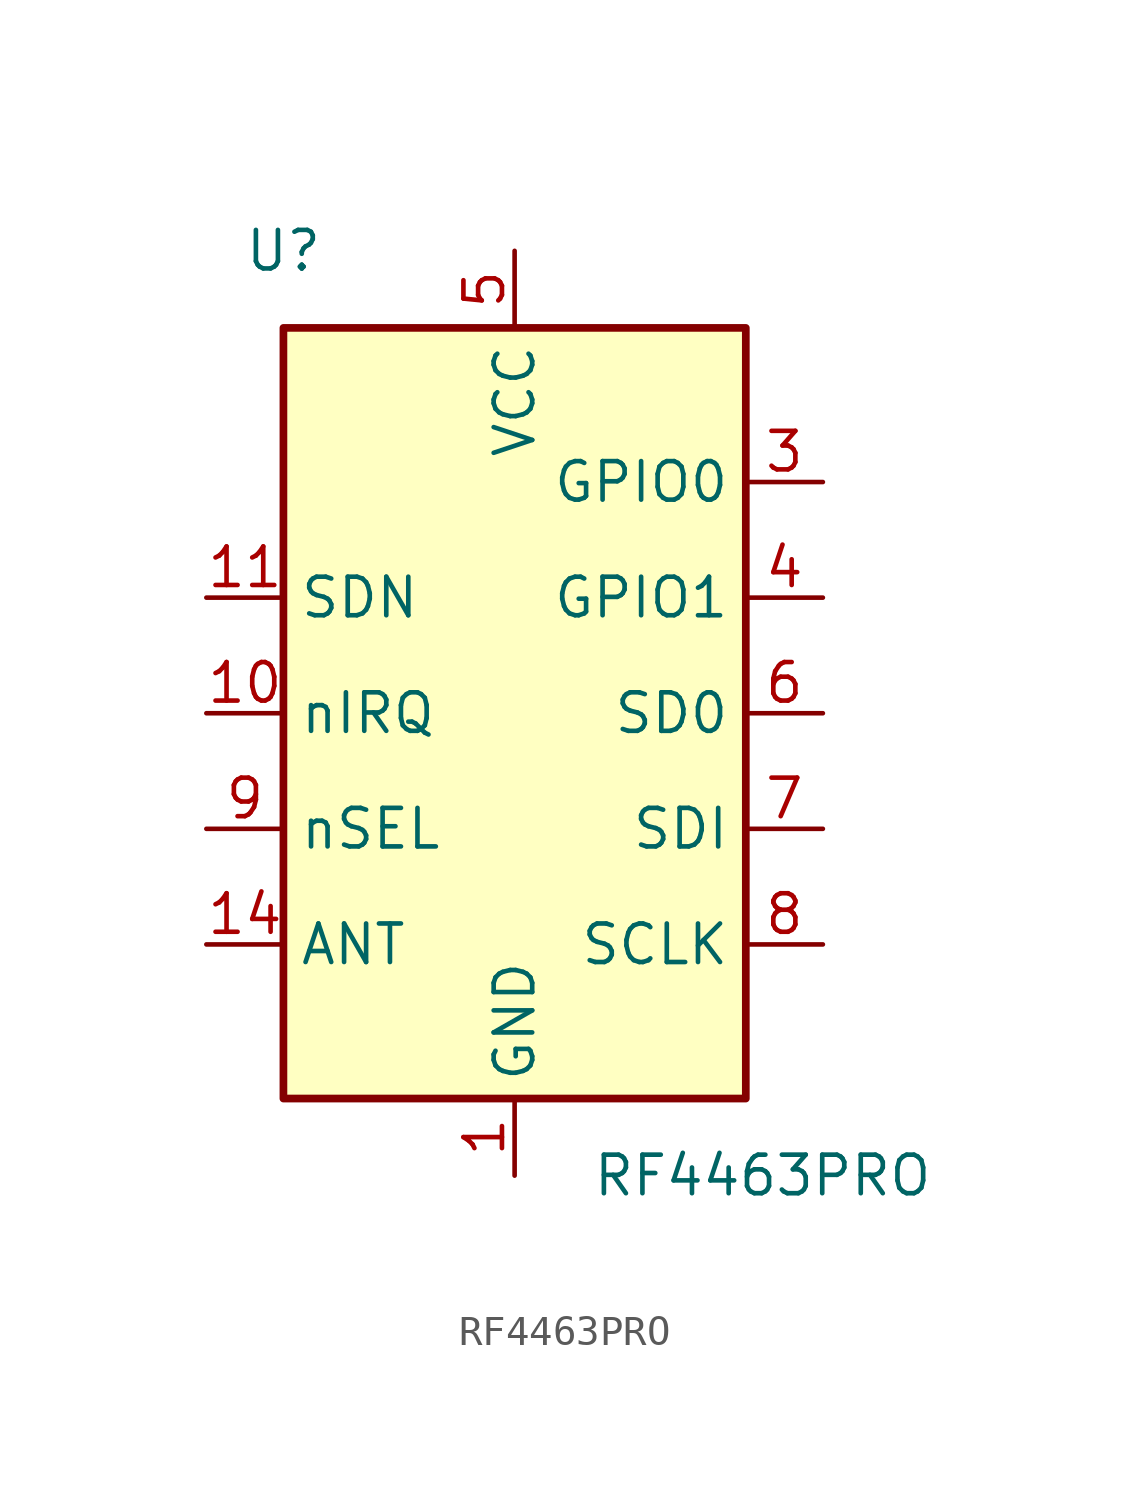
<source format=kicad_sym>
(kicad_symbol_lib
  (version 20241209)
  (generator "kicad_symbol_editor")
  (generator_version "9.0")
  (symbol "RF4463PRO"
    (property "Reference" "U"
      (at -7.62 15.24 0)
      (effects (font (size 1.27 1.27))))
    (property "Value" "RF4463PRO"
      (at 2.54 -15.24 0)
      (effects (font (size 1.27 1.27)) (justify left)))
    (symbol "RF4463PRO_0_0"
      (rectangle (start -7.62 12.7) (end 7.62 -12.7) (stroke (width 0.254) (type default)) (fill (type background))))
    (symbol "RF4463PRO_1_1"
      (pin no_connect line (at -10.16 7.62 0) (length 2.54) (hide yes) (name "NC" (effects (font (size 1.27 1.27)))) (number "2" (effects (font (size 1.27 1.27)))))
      (pin input line (at -10.16 3.81 0) (length 2.54) (name "SDN" (effects (font (size 1.27 1.27)))) (number "11" (effects (font (size 1.27 1.27)))))
      (pin input line (at -10.16 0 0) (length 2.54) (name "nIRQ" (effects (font (size 1.27 1.27)))) (number "10" (effects (font (size 1.27 1.27)))))
      (pin input line (at -10.16 -3.81 0) (length 2.54) (name "nSEL" (effects (font (size 1.27 1.27)))) (number "9" (effects (font (size 1.27 1.27)))))
      (pin input line (at -10.16 -7.62 0) (length 2.54) (name "ANT" (effects (font (size 1.27 1.27)))) (number "14" (effects (font (size 1.27 1.27)))))
      (pin power_in line (at 0 15.24 270) (length 2.54) (name "VCC" (effects (font (size 1.27 1.27)))) (number "5" (effects (font (size 1.27 1.27)))))
      (pin power_in line (at 0 -15.24 90) (length 2.54) (name "GND" (effects (font (size 1.27 1.27)))) (number "1" (effects (font (size 1.27 1.27)))))
      (pin passive line (at 0 -15.24 90) (length 2.54) (hide yes) (name "GND" (effects (font (size 1.27 1.27)))) (number "12" (effects (font (size 1.27 1.27)))))
      (pin passive line (at 0 -15.24 90) (length 2.54) (hide yes) (name "GND" (effects (font (size 1.27 1.27)))) (number "13" (effects (font (size 1.27 1.27)))))
      (pin input line (at 10.16 7.62 180) (length 2.54) (name "GPIO0" (effects (font (size 1.27 1.27)))) (number "3" (effects (font (size 1.27 1.27)))))
      (pin input line (at 10.16 3.81 180) (length 2.54) (name "GPIO1" (effects (font (size 1.27 1.27)))) (number "4" (effects (font (size 1.27 1.27)))))
      (pin input line (at 10.16 0 180) (length 2.54) (name "SD0" (effects (font (size 1.27 1.27)))) (number "6" (effects (font (size 1.27 1.27)))))
      (pin input line (at 10.16 -3.81 180) (length 2.54) (name "SDI" (effects (font (size 1.27 1.27)))) (number "7" (effects (font (size 1.27 1.27)))))
      (pin input line (at 10.16 -7.62 180) (length 2.54) (name "SCLK" (effects (font (size 1.27 1.27)))) (number "8" (effects (font (size 1.27 1.27))))))))
</source>
